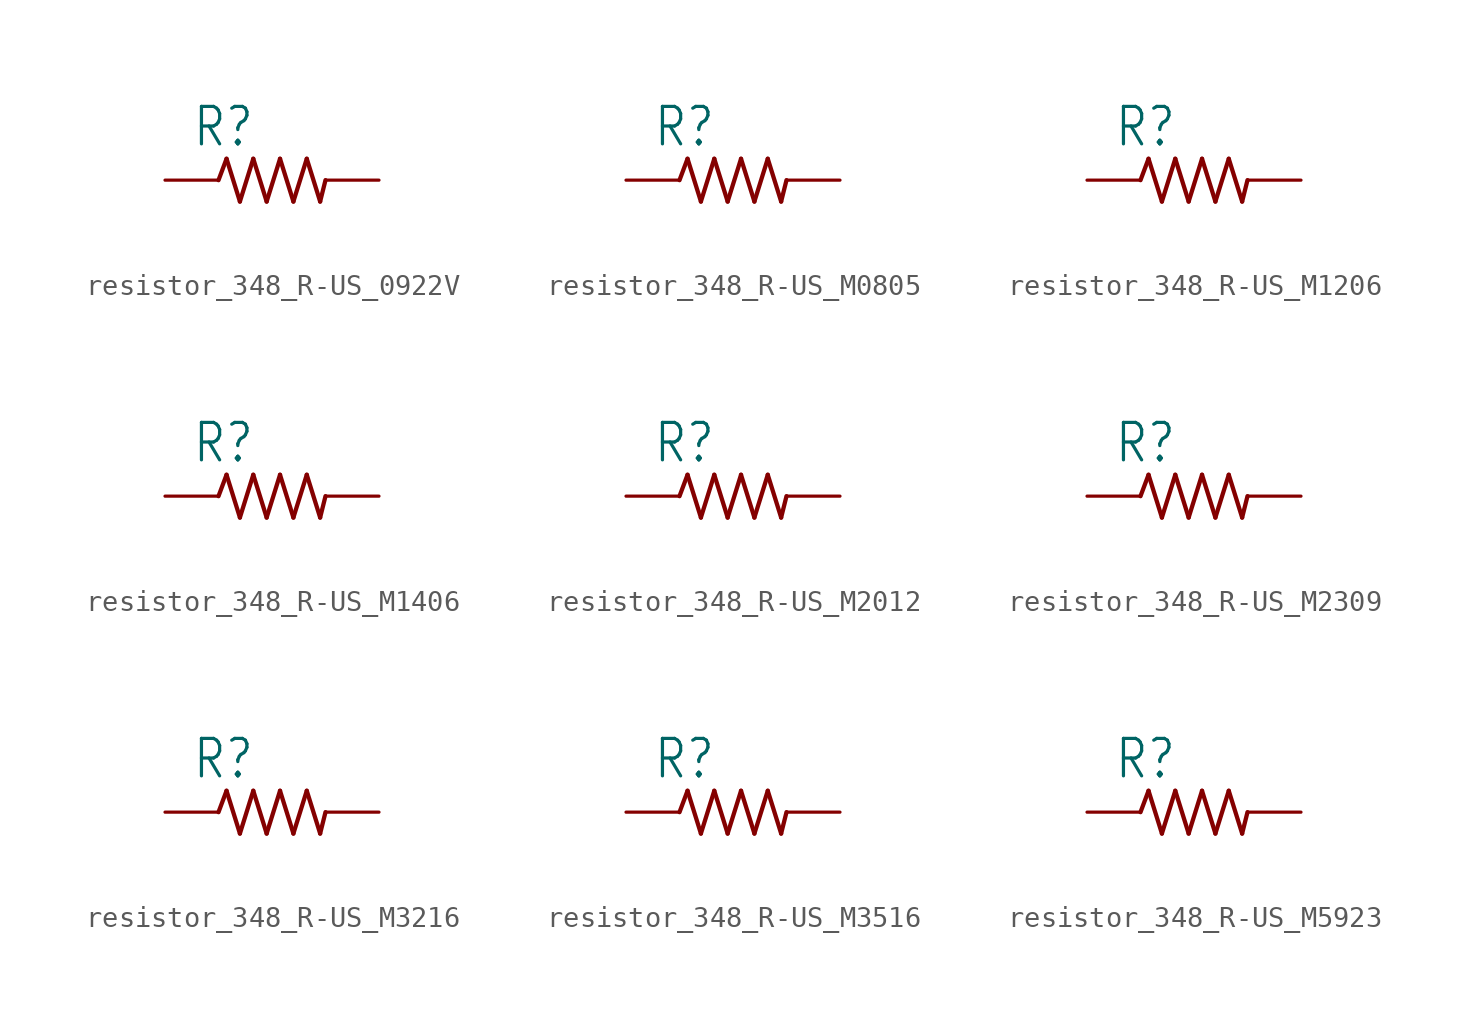
<source format=kicad_sym>
(kicad_symbol_lib
  (version 20241209)
  (generator "kicad_symbol_editor")
  (generator_version "9.0")
  (symbol "resistor_348_R-US_0922V"
    (property "Reference" "R"
      (at -3.81 1.499 0)
      (effects (font (size 1.778 1.511)) (justify left bottom)))
    (property "Value" ""
      (at -3.81 -3.302 0)
      (effects (font (size 1.778 1.511)) (justify left bottom)))
    (property "ki_locked" ""
      (at 0 0 0)
      (effects (font (size 1.27 1.27))))
    (symbol "resistor_348_R-US_0922V_1_0"
      (polyline (pts (xy -2.54 0) (xy -2.159 1.016)) (stroke (width 0.203) (type solid)) (fill (type none)))
      (polyline (pts (xy -2.159 1.016) (xy -1.524 -1.016)) (stroke (width 0.203) (type solid)) (fill (type none)))
      (polyline (pts (xy -1.524 -1.016) (xy -0.889 1.016)) (stroke (width 0.203) (type solid)) (fill (type none)))
      (polyline (pts (xy -0.889 1.016) (xy -0.254 -1.016)) (stroke (width 0.203) (type solid)) (fill (type none)))
      (polyline (pts (xy -0.254 -1.016) (xy 0.381 1.016)) (stroke (width 0.203) (type solid)) (fill (type none)))
      (polyline (pts (xy 0.381 1.016) (xy 1.016 -1.016)) (stroke (width 0.203) (type solid)) (fill (type none)))
      (polyline (pts (xy 1.016 -1.016) (xy 1.651 1.016)) (stroke (width 0.203) (type solid)) (fill (type none)))
      (polyline (pts (xy 1.651 1.016) (xy 2.286 -1.016)) (stroke (width 0.203) (type solid)) (fill (type none)))
      (polyline (pts (xy 2.286 -1.016) (xy 2.54 0)) (stroke (width 0.203) (type solid)) (fill (type none)))
      (pin passive line (at -5.08 0 0) (length 2.54) (name "1" (effects (font (size 0 0)))) (number "1" (effects (font (size 0 0)))))
      (pin passive line (at 5.08 0 180) (length 2.54) (name "2" (effects (font (size 0 0)))) (number "2" (effects (font (size 0 0)))))))
  (symbol "resistor_348_R-US_M0805"
    (property "Reference" "R"
      (at -3.81 1.499 0)
      (effects (font (size 1.778 1.511)) (justify left bottom)))
    (property "Value" ""
      (at -3.81 -3.302 0)
      (effects (font (size 1.778 1.511)) (justify left bottom)))
    (property "ki_locked" ""
      (at 0 0 0)
      (effects (font (size 1.27 1.27))))
    (symbol "resistor_348_R-US_M0805_1_0"
      (polyline (pts (xy -2.54 0) (xy -2.159 1.016)) (stroke (width 0.203) (type solid)) (fill (type none)))
      (polyline (pts (xy -2.159 1.016) (xy -1.524 -1.016)) (stroke (width 0.203) (type solid)) (fill (type none)))
      (polyline (pts (xy -1.524 -1.016) (xy -0.889 1.016)) (stroke (width 0.203) (type solid)) (fill (type none)))
      (polyline (pts (xy -0.889 1.016) (xy -0.254 -1.016)) (stroke (width 0.203) (type solid)) (fill (type none)))
      (polyline (pts (xy -0.254 -1.016) (xy 0.381 1.016)) (stroke (width 0.203) (type solid)) (fill (type none)))
      (polyline (pts (xy 0.381 1.016) (xy 1.016 -1.016)) (stroke (width 0.203) (type solid)) (fill (type none)))
      (polyline (pts (xy 1.016 -1.016) (xy 1.651 1.016)) (stroke (width 0.203) (type solid)) (fill (type none)))
      (polyline (pts (xy 1.651 1.016) (xy 2.286 -1.016)) (stroke (width 0.203) (type solid)) (fill (type none)))
      (polyline (pts (xy 2.286 -1.016) (xy 2.54 0)) (stroke (width 0.203) (type solid)) (fill (type none)))
      (pin passive line (at -5.08 0 0) (length 2.54) (name "1" (effects (font (size 0 0)))) (number "1" (effects (font (size 0 0)))))
      (pin passive line (at 5.08 0 180) (length 2.54) (name "2" (effects (font (size 0 0)))) (number "2" (effects (font (size 0 0)))))))
  (symbol "resistor_348_R-US_M1206"
    (property "Reference" "R"
      (at -3.81 1.499 0)
      (effects (font (size 1.778 1.511)) (justify left bottom)))
    (property "Value" ""
      (at -3.81 -3.302 0)
      (effects (font (size 1.778 1.511)) (justify left bottom)))
    (property "ki_locked" ""
      (at 0 0 0)
      (effects (font (size 1.27 1.27))))
    (symbol "resistor_348_R-US_M1206_1_0"
      (polyline (pts (xy -2.54 0) (xy -2.159 1.016)) (stroke (width 0.203) (type solid)) (fill (type none)))
      (polyline (pts (xy -2.159 1.016) (xy -1.524 -1.016)) (stroke (width 0.203) (type solid)) (fill (type none)))
      (polyline (pts (xy -1.524 -1.016) (xy -0.889 1.016)) (stroke (width 0.203) (type solid)) (fill (type none)))
      (polyline (pts (xy -0.889 1.016) (xy -0.254 -1.016)) (stroke (width 0.203) (type solid)) (fill (type none)))
      (polyline (pts (xy -0.254 -1.016) (xy 0.381 1.016)) (stroke (width 0.203) (type solid)) (fill (type none)))
      (polyline (pts (xy 0.381 1.016) (xy 1.016 -1.016)) (stroke (width 0.203) (type solid)) (fill (type none)))
      (polyline (pts (xy 1.016 -1.016) (xy 1.651 1.016)) (stroke (width 0.203) (type solid)) (fill (type none)))
      (polyline (pts (xy 1.651 1.016) (xy 2.286 -1.016)) (stroke (width 0.203) (type solid)) (fill (type none)))
      (polyline (pts (xy 2.286 -1.016) (xy 2.54 0)) (stroke (width 0.203) (type solid)) (fill (type none)))
      (pin passive line (at -5.08 0 0) (length 2.54) (name "1" (effects (font (size 0 0)))) (number "1" (effects (font (size 0 0)))))
      (pin passive line (at 5.08 0 180) (length 2.54) (name "2" (effects (font (size 0 0)))) (number "2" (effects (font (size 0 0)))))))
  (symbol "resistor_348_R-US_M1406"
    (property "Reference" "R"
      (at -3.81 1.499 0)
      (effects (font (size 1.778 1.511)) (justify left bottom)))
    (property "Value" ""
      (at -3.81 -3.302 0)
      (effects (font (size 1.778 1.511)) (justify left bottom)))
    (property "ki_locked" ""
      (at 0 0 0)
      (effects (font (size 1.27 1.27))))
    (symbol "resistor_348_R-US_M1406_1_0"
      (polyline (pts (xy -2.54 0) (xy -2.159 1.016)) (stroke (width 0.203) (type solid)) (fill (type none)))
      (polyline (pts (xy -2.159 1.016) (xy -1.524 -1.016)) (stroke (width 0.203) (type solid)) (fill (type none)))
      (polyline (pts (xy -1.524 -1.016) (xy -0.889 1.016)) (stroke (width 0.203) (type solid)) (fill (type none)))
      (polyline (pts (xy -0.889 1.016) (xy -0.254 -1.016)) (stroke (width 0.203) (type solid)) (fill (type none)))
      (polyline (pts (xy -0.254 -1.016) (xy 0.381 1.016)) (stroke (width 0.203) (type solid)) (fill (type none)))
      (polyline (pts (xy 0.381 1.016) (xy 1.016 -1.016)) (stroke (width 0.203) (type solid)) (fill (type none)))
      (polyline (pts (xy 1.016 -1.016) (xy 1.651 1.016)) (stroke (width 0.203) (type solid)) (fill (type none)))
      (polyline (pts (xy 1.651 1.016) (xy 2.286 -1.016)) (stroke (width 0.203) (type solid)) (fill (type none)))
      (polyline (pts (xy 2.286 -1.016) (xy 2.54 0)) (stroke (width 0.203) (type solid)) (fill (type none)))
      (pin passive line (at -5.08 0 0) (length 2.54) (name "1" (effects (font (size 0 0)))) (number "1" (effects (font (size 0 0)))))
      (pin passive line (at 5.08 0 180) (length 2.54) (name "2" (effects (font (size 0 0)))) (number "2" (effects (font (size 0 0)))))))
  (symbol "resistor_348_R-US_M2012"
    (property "Reference" "R"
      (at -3.81 1.499 0)
      (effects (font (size 1.778 1.511)) (justify left bottom)))
    (property "Value" ""
      (at -3.81 -3.302 0)
      (effects (font (size 1.778 1.511)) (justify left bottom)))
    (property "ki_locked" ""
      (at 0 0 0)
      (effects (font (size 1.27 1.27))))
    (symbol "resistor_348_R-US_M2012_1_0"
      (polyline (pts (xy -2.54 0) (xy -2.159 1.016)) (stroke (width 0.203) (type solid)) (fill (type none)))
      (polyline (pts (xy -2.159 1.016) (xy -1.524 -1.016)) (stroke (width 0.203) (type solid)) (fill (type none)))
      (polyline (pts (xy -1.524 -1.016) (xy -0.889 1.016)) (stroke (width 0.203) (type solid)) (fill (type none)))
      (polyline (pts (xy -0.889 1.016) (xy -0.254 -1.016)) (stroke (width 0.203) (type solid)) (fill (type none)))
      (polyline (pts (xy -0.254 -1.016) (xy 0.381 1.016)) (stroke (width 0.203) (type solid)) (fill (type none)))
      (polyline (pts (xy 0.381 1.016) (xy 1.016 -1.016)) (stroke (width 0.203) (type solid)) (fill (type none)))
      (polyline (pts (xy 1.016 -1.016) (xy 1.651 1.016)) (stroke (width 0.203) (type solid)) (fill (type none)))
      (polyline (pts (xy 1.651 1.016) (xy 2.286 -1.016)) (stroke (width 0.203) (type solid)) (fill (type none)))
      (polyline (pts (xy 2.286 -1.016) (xy 2.54 0)) (stroke (width 0.203) (type solid)) (fill (type none)))
      (pin passive line (at -5.08 0 0) (length 2.54) (name "1" (effects (font (size 0 0)))) (number "1" (effects (font (size 0 0)))))
      (pin passive line (at 5.08 0 180) (length 2.54) (name "2" (effects (font (size 0 0)))) (number "2" (effects (font (size 0 0)))))))
  (symbol "resistor_348_R-US_M2309"
    (property "Reference" "R"
      (at -3.81 1.499 0)
      (effects (font (size 1.778 1.511)) (justify left bottom)))
    (property "Value" ""
      (at -3.81 -3.302 0)
      (effects (font (size 1.778 1.511)) (justify left bottom)))
    (property "ki_locked" ""
      (at 0 0 0)
      (effects (font (size 1.27 1.27))))
    (symbol "resistor_348_R-US_M2309_1_0"
      (polyline (pts (xy -2.54 0) (xy -2.159 1.016)) (stroke (width 0.203) (type solid)) (fill (type none)))
      (polyline (pts (xy -2.159 1.016) (xy -1.524 -1.016)) (stroke (width 0.203) (type solid)) (fill (type none)))
      (polyline (pts (xy -1.524 -1.016) (xy -0.889 1.016)) (stroke (width 0.203) (type solid)) (fill (type none)))
      (polyline (pts (xy -0.889 1.016) (xy -0.254 -1.016)) (stroke (width 0.203) (type solid)) (fill (type none)))
      (polyline (pts (xy -0.254 -1.016) (xy 0.381 1.016)) (stroke (width 0.203) (type solid)) (fill (type none)))
      (polyline (pts (xy 0.381 1.016) (xy 1.016 -1.016)) (stroke (width 0.203) (type solid)) (fill (type none)))
      (polyline (pts (xy 1.016 -1.016) (xy 1.651 1.016)) (stroke (width 0.203) (type solid)) (fill (type none)))
      (polyline (pts (xy 1.651 1.016) (xy 2.286 -1.016)) (stroke (width 0.203) (type solid)) (fill (type none)))
      (polyline (pts (xy 2.286 -1.016) (xy 2.54 0)) (stroke (width 0.203) (type solid)) (fill (type none)))
      (pin passive line (at -5.08 0 0) (length 2.54) (name "1" (effects (font (size 0 0)))) (number "1" (effects (font (size 0 0)))))
      (pin passive line (at 5.08 0 180) (length 2.54) (name "2" (effects (font (size 0 0)))) (number "2" (effects (font (size 0 0)))))))
  (symbol "resistor_348_R-US_M3216"
    (property "Reference" "R"
      (at -3.81 1.499 0)
      (effects (font (size 1.778 1.511)) (justify left bottom)))
    (property "Value" ""
      (at -3.81 -3.302 0)
      (effects (font (size 1.778 1.511)) (justify left bottom)))
    (property "ki_locked" ""
      (at 0 0 0)
      (effects (font (size 1.27 1.27))))
    (symbol "resistor_348_R-US_M3216_1_0"
      (polyline (pts (xy -2.54 0) (xy -2.159 1.016)) (stroke (width 0.203) (type solid)) (fill (type none)))
      (polyline (pts (xy -2.159 1.016) (xy -1.524 -1.016)) (stroke (width 0.203) (type solid)) (fill (type none)))
      (polyline (pts (xy -1.524 -1.016) (xy -0.889 1.016)) (stroke (width 0.203) (type solid)) (fill (type none)))
      (polyline (pts (xy -0.889 1.016) (xy -0.254 -1.016)) (stroke (width 0.203) (type solid)) (fill (type none)))
      (polyline (pts (xy -0.254 -1.016) (xy 0.381 1.016)) (stroke (width 0.203) (type solid)) (fill (type none)))
      (polyline (pts (xy 0.381 1.016) (xy 1.016 -1.016)) (stroke (width 0.203) (type solid)) (fill (type none)))
      (polyline (pts (xy 1.016 -1.016) (xy 1.651 1.016)) (stroke (width 0.203) (type solid)) (fill (type none)))
      (polyline (pts (xy 1.651 1.016) (xy 2.286 -1.016)) (stroke (width 0.203) (type solid)) (fill (type none)))
      (polyline (pts (xy 2.286 -1.016) (xy 2.54 0)) (stroke (width 0.203) (type solid)) (fill (type none)))
      (pin passive line (at -5.08 0 0) (length 2.54) (name "1" (effects (font (size 0 0)))) (number "1" (effects (font (size 0 0)))))
      (pin passive line (at 5.08 0 180) (length 2.54) (name "2" (effects (font (size 0 0)))) (number "2" (effects (font (size 0 0)))))))
  (symbol "resistor_348_R-US_M3516"
    (property "Reference" "R"
      (at -3.81 1.499 0)
      (effects (font (size 1.778 1.511)) (justify left bottom)))
    (property "Value" ""
      (at -3.81 -3.302 0)
      (effects (font (size 1.778 1.511)) (justify left bottom)))
    (property "ki_locked" ""
      (at 0 0 0)
      (effects (font (size 1.27 1.27))))
    (symbol "resistor_348_R-US_M3516_1_0"
      (polyline (pts (xy -2.54 0) (xy -2.159 1.016)) (stroke (width 0.203) (type solid)) (fill (type none)))
      (polyline (pts (xy -2.159 1.016) (xy -1.524 -1.016)) (stroke (width 0.203) (type solid)) (fill (type none)))
      (polyline (pts (xy -1.524 -1.016) (xy -0.889 1.016)) (stroke (width 0.203) (type solid)) (fill (type none)))
      (polyline (pts (xy -0.889 1.016) (xy -0.254 -1.016)) (stroke (width 0.203) (type solid)) (fill (type none)))
      (polyline (pts (xy -0.254 -1.016) (xy 0.381 1.016)) (stroke (width 0.203) (type solid)) (fill (type none)))
      (polyline (pts (xy 0.381 1.016) (xy 1.016 -1.016)) (stroke (width 0.203) (type solid)) (fill (type none)))
      (polyline (pts (xy 1.016 -1.016) (xy 1.651 1.016)) (stroke (width 0.203) (type solid)) (fill (type none)))
      (polyline (pts (xy 1.651 1.016) (xy 2.286 -1.016)) (stroke (width 0.203) (type solid)) (fill (type none)))
      (polyline (pts (xy 2.286 -1.016) (xy 2.54 0)) (stroke (width 0.203) (type solid)) (fill (type none)))
      (pin passive line (at -5.08 0 0) (length 2.54) (name "1" (effects (font (size 0 0)))) (number "1" (effects (font (size 0 0)))))
      (pin passive line (at 5.08 0 180) (length 2.54) (name "2" (effects (font (size 0 0)))) (number "2" (effects (font (size 0 0)))))))
  (symbol "resistor_348_R-US_M5923"
    (property "Reference" "R"
      (at -3.81 1.499 0)
      (effects (font (size 1.778 1.511)) (justify left bottom)))
    (property "Value" ""
      (at -3.81 -3.302 0)
      (effects (font (size 1.778 1.511)) (justify left bottom)))
    (property "ki_locked" ""
      (at 0 0 0)
      (effects (font (size 1.27 1.27))))
    (symbol "resistor_348_R-US_M5923_1_0"
      (polyline (pts (xy -2.54 0) (xy -2.159 1.016)) (stroke (width 0.203) (type solid)) (fill (type none)))
      (polyline (pts (xy -2.159 1.016) (xy -1.524 -1.016)) (stroke (width 0.203) (type solid)) (fill (type none)))
      (polyline (pts (xy -1.524 -1.016) (xy -0.889 1.016)) (stroke (width 0.203) (type solid)) (fill (type none)))
      (polyline (pts (xy -0.889 1.016) (xy -0.254 -1.016)) (stroke (width 0.203) (type solid)) (fill (type none)))
      (polyline (pts (xy -0.254 -1.016) (xy 0.381 1.016)) (stroke (width 0.203) (type solid)) (fill (type none)))
      (polyline (pts (xy 0.381 1.016) (xy 1.016 -1.016)) (stroke (width 0.203) (type solid)) (fill (type none)))
      (polyline (pts (xy 1.016 -1.016) (xy 1.651 1.016)) (stroke (width 0.203) (type solid)) (fill (type none)))
      (polyline (pts (xy 1.651 1.016) (xy 2.286 -1.016)) (stroke (width 0.203) (type solid)) (fill (type none)))
      (polyline (pts (xy 2.286 -1.016) (xy 2.54 0)) (stroke (width 0.203) (type solid)) (fill (type none)))
      (pin passive line (at -5.08 0 0) (length 2.54) (name "1" (effects (font (size 0 0)))) (number "1" (effects (font (size 0 0)))))
      (pin passive line (at 5.08 0 180) (length 2.54) (name "2" (effects (font (size 0 0)))) (number "2" (effects (font (size 0 0))))))))
</source>
